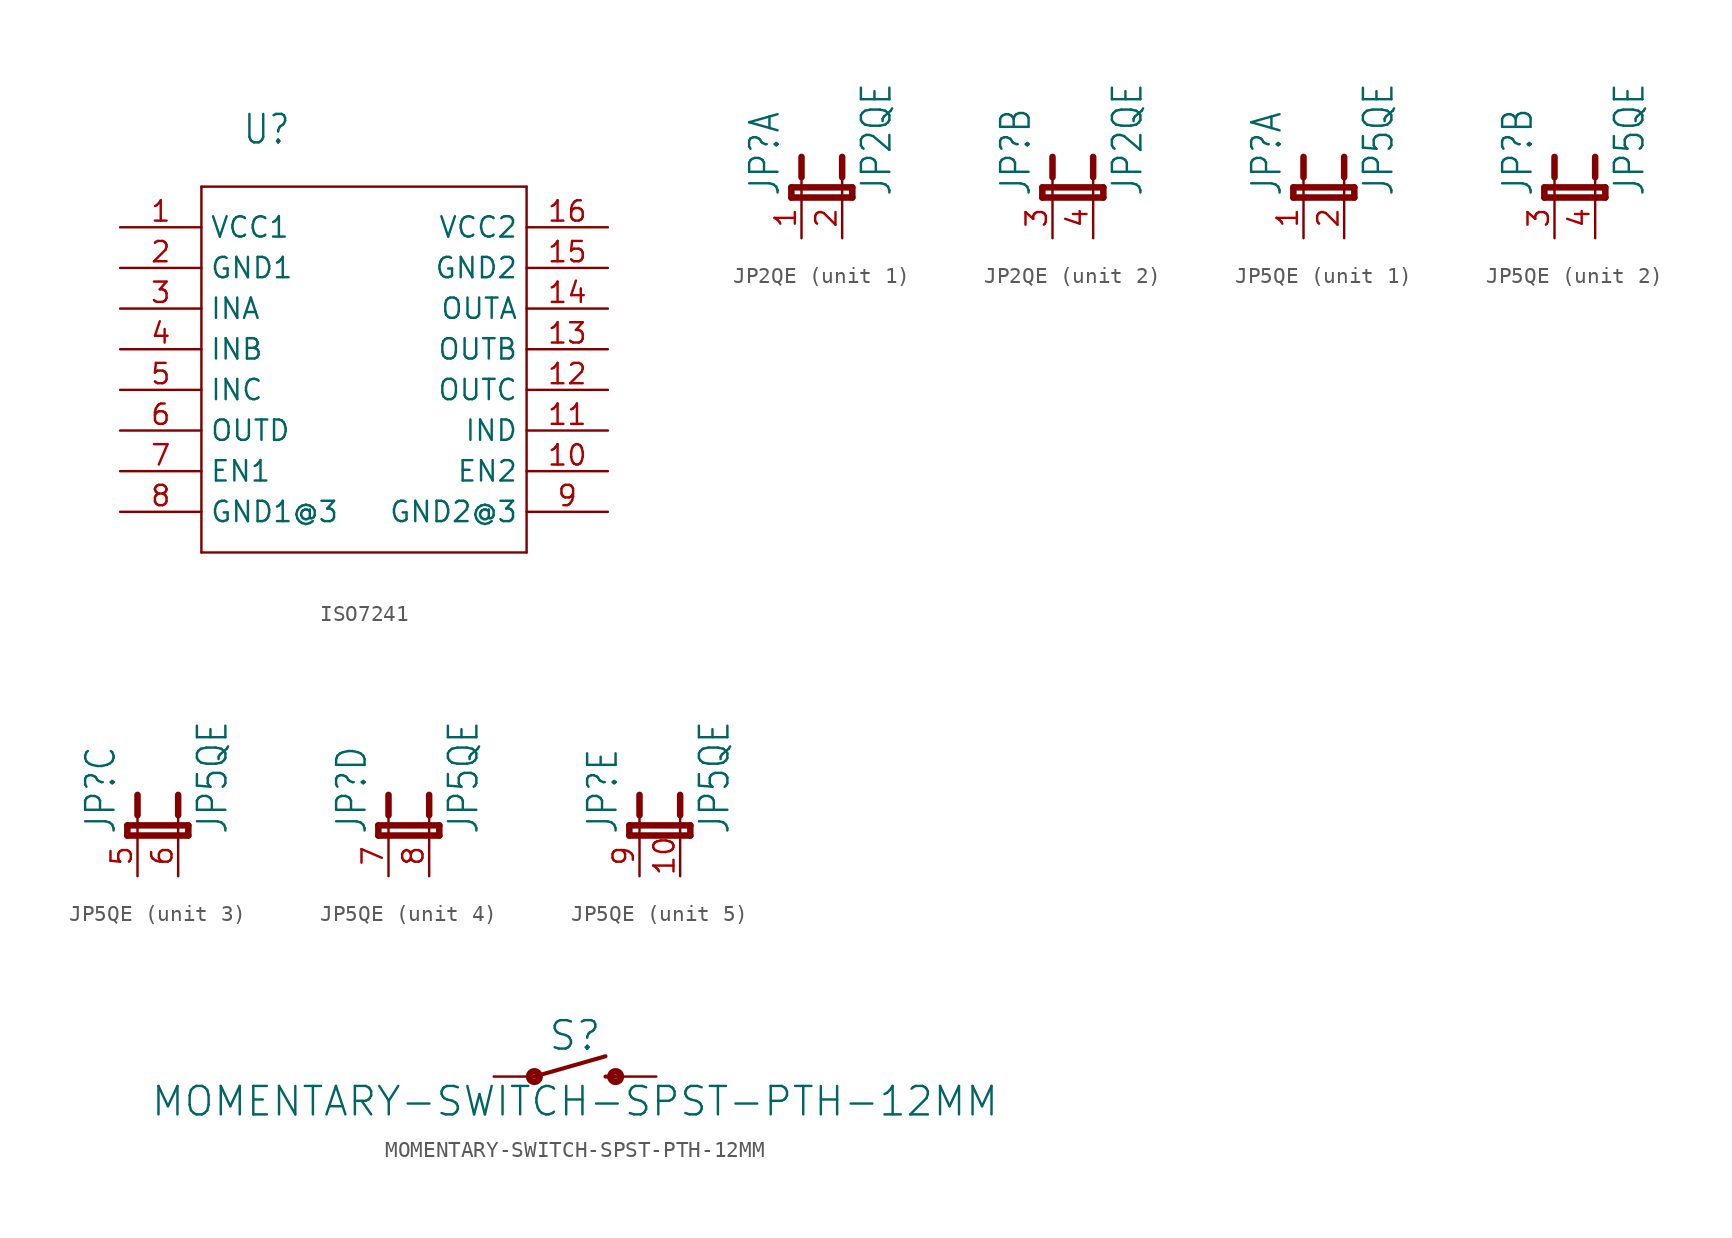
<source format=kicad_sym>
(kicad_symbol_lib
  (version 20220331)
  (generator kicad_symbol_editor)
  (symbol "ISO7241"
    (property "Reference" "U"
      (at -5.08 10.16 0)
      (effects (font (size 1.778 1.511)) (justify left bottom)))
    (property "ki_locked" ""
      (at 0 0 0)
      (effects (font (size 1.27 1.27))))
    (symbol "ISO7241_1_0"
      (polyline (pts (xy -7.62 -15.24) (xy 12.7 -15.24)) (stroke (width 0.152) (type solid)) (fill (type none)))
      (polyline (pts (xy -7.62 7.62) (xy -7.62 -15.24)) (stroke (width 0.152) (type solid)) (fill (type none)))
      (polyline (pts (xy 12.7 -15.24) (xy 12.7 7.62)) (stroke (width 0.152) (type solid)) (fill (type none)))
      (polyline (pts (xy 12.7 7.62) (xy -7.62 7.62)) (stroke (width 0.152) (type solid)) (fill (type none)))
      (pin bidirectional line (at -12.7 5.08 0) (length 5.08) (name "VCC1" (effects (font (size 1.27 1.27)))) (number "1" (effects (font (size 1.27 1.27)))))
      (pin bidirectional line (at 17.78 -10.16 180) (length 5.08) (name "EN2" (effects (font (size 1.27 1.27)))) (number "10" (effects (font (size 1.27 1.27)))))
      (pin bidirectional line (at 17.78 -7.62 180) (length 5.08) (name "IND" (effects (font (size 1.27 1.27)))) (number "11" (effects (font (size 1.27 1.27)))))
      (pin bidirectional line (at 17.78 -5.08 180) (length 5.08) (name "OUTC" (effects (font (size 1.27 1.27)))) (number "12" (effects (font (size 1.27 1.27)))))
      (pin bidirectional line (at 17.78 -2.54 180) (length 5.08) (name "OUTB" (effects (font (size 1.27 1.27)))) (number "13" (effects (font (size 1.27 1.27)))))
      (pin bidirectional line (at 17.78 0 180) (length 5.08) (name "OUTA" (effects (font (size 1.27 1.27)))) (number "14" (effects (font (size 1.27 1.27)))))
      (pin bidirectional line (at 17.78 2.54 180) (length 5.08) (name "GND2" (effects (font (size 1.27 1.27)))) (number "15" (effects (font (size 1.27 1.27)))))
      (pin bidirectional line (at 17.78 5.08 180) (length 5.08) (name "VCC2" (effects (font (size 1.27 1.27)))) (number "16" (effects (font (size 1.27 1.27)))))
      (pin bidirectional line (at -12.7 2.54 0) (length 5.08) (name "GND1" (effects (font (size 1.27 1.27)))) (number "2" (effects (font (size 1.27 1.27)))))
      (pin bidirectional line (at -12.7 0 0) (length 5.08) (name "INA" (effects (font (size 1.27 1.27)))) (number "3" (effects (font (size 1.27 1.27)))))
      (pin bidirectional line (at -12.7 -2.54 0) (length 5.08) (name "INB" (effects (font (size 1.27 1.27)))) (number "4" (effects (font (size 1.27 1.27)))))
      (pin bidirectional line (at -12.7 -5.08 0) (length 5.08) (name "INC" (effects (font (size 1.27 1.27)))) (number "5" (effects (font (size 1.27 1.27)))))
      (pin bidirectional line (at -12.7 -7.62 0) (length 5.08) (name "OUTD" (effects (font (size 1.27 1.27)))) (number "6" (effects (font (size 1.27 1.27)))))
      (pin bidirectional line (at -12.7 -10.16 0) (length 5.08) (name "EN1" (effects (font (size 1.27 1.27)))) (number "7" (effects (font (size 1.27 1.27)))))
      (pin bidirectional line (at -12.7 -12.7 0) (length 5.08) (name "GND1@3" (effects (font (size 1.27 1.27)))) (number "8" (effects (font (size 1.27 1.27)))))
      (pin bidirectional line (at 17.78 -12.7 180) (length 5.08) (name "GND2@3" (effects (font (size 1.27 1.27)))) (number "9" (effects (font (size 1.27 1.27)))))))
  (symbol "JP2QE"
    (property "Reference" "JP"
      (at -1.27 0 90)
      (effects (font (size 1.778 1.511)) (justify left bottom)))
    (property "Value" "JP2QE"
      (at 5.715 0 90)
      (effects (font (size 1.778 1.511)) (justify left bottom)))
    (property "ki_locked" ""
      (at 0 0 0)
      (effects (font (size 1.27 1.27))))
    (symbol "JP2QE_1_0"
      (polyline (pts (xy -0.635 0) (xy 3.175 0)) (stroke (width 0.406) (type solid)) (fill (type none)))
      (polyline (pts (xy -0.635 0.635) (xy -0.635 0)) (stroke (width 0.406) (type solid)) (fill (type none)))
      (polyline (pts (xy 0 0) (xy 0 1.27)) (stroke (width 0.152) (type solid)) (fill (type none)))
      (polyline (pts (xy 0 2.54) (xy 0 1.27)) (stroke (width 0.406) (type solid)) (fill (type none)))
      (polyline (pts (xy 2.54 0) (xy 2.54 1.27)) (stroke (width 0.152) (type solid)) (fill (type none)))
      (polyline (pts (xy 2.54 2.54) (xy 2.54 1.27)) (stroke (width 0.406) (type solid)) (fill (type none)))
      (polyline (pts (xy 3.175 0) (xy 3.175 0.635)) (stroke (width 0.406) (type solid)) (fill (type none)))
      (polyline (pts (xy 3.175 0.635) (xy -0.635 0.635)) (stroke (width 0.406) (type solid)) (fill (type none)))
      (pin passive line (at 0 -2.54 90) (length 2.54) (name "1" (effects (font (size 0 0)))) (number "1" (effects (font (size 1.27 1.27)))))
      (pin passive line (at 2.54 -2.54 90) (length 2.54) (name "2" (effects (font (size 0 0)))) (number "2" (effects (font (size 1.27 1.27))))))
    (symbol "JP2QE_2_0"
      (polyline (pts (xy -0.635 0) (xy 3.175 0)) (stroke (width 0.406) (type solid)) (fill (type none)))
      (polyline (pts (xy -0.635 0.635) (xy -0.635 0)) (stroke (width 0.406) (type solid)) (fill (type none)))
      (polyline (pts (xy 0 0) (xy 0 1.27)) (stroke (width 0.152) (type solid)) (fill (type none)))
      (polyline (pts (xy 0 2.54) (xy 0 1.27)) (stroke (width 0.406) (type solid)) (fill (type none)))
      (polyline (pts (xy 2.54 0) (xy 2.54 1.27)) (stroke (width 0.152) (type solid)) (fill (type none)))
      (polyline (pts (xy 2.54 2.54) (xy 2.54 1.27)) (stroke (width 0.406) (type solid)) (fill (type none)))
      (polyline (pts (xy 3.175 0) (xy 3.175 0.635)) (stroke (width 0.406) (type solid)) (fill (type none)))
      (polyline (pts (xy 3.175 0.635) (xy -0.635 0.635)) (stroke (width 0.406) (type solid)) (fill (type none)))
      (pin passive line (at 0 -2.54 90) (length 2.54) (name "1" (effects (font (size 0 0)))) (number "3" (effects (font (size 1.27 1.27)))))
      (pin passive line (at 2.54 -2.54 90) (length 2.54) (name "2" (effects (font (size 0 0)))) (number "4" (effects (font (size 1.27 1.27)))))))
  (symbol "JP5QE"
    (property "Reference" "JP"
      (at -1.27 0 90)
      (effects (font (size 1.778 1.511)) (justify left bottom)))
    (property "Value" "JP5QE"
      (at 5.715 0 90)
      (effects (font (size 1.778 1.511)) (justify left bottom)))
    (property "ki_locked" ""
      (at 0 0 0)
      (effects (font (size 1.27 1.27))))
    (symbol "JP5QE_1_0"
      (polyline (pts (xy -0.635 0) (xy 3.175 0)) (stroke (width 0.406) (type solid)) (fill (type none)))
      (polyline (pts (xy -0.635 0.635) (xy -0.635 0)) (stroke (width 0.406) (type solid)) (fill (type none)))
      (polyline (pts (xy 0 0) (xy 0 1.27)) (stroke (width 0.152) (type solid)) (fill (type none)))
      (polyline (pts (xy 0 2.54) (xy 0 1.27)) (stroke (width 0.406) (type solid)) (fill (type none)))
      (polyline (pts (xy 2.54 0) (xy 2.54 1.27)) (stroke (width 0.152) (type solid)) (fill (type none)))
      (polyline (pts (xy 2.54 2.54) (xy 2.54 1.27)) (stroke (width 0.406) (type solid)) (fill (type none)))
      (polyline (pts (xy 3.175 0) (xy 3.175 0.635)) (stroke (width 0.406) (type solid)) (fill (type none)))
      (polyline (pts (xy 3.175 0.635) (xy -0.635 0.635)) (stroke (width 0.406) (type solid)) (fill (type none)))
      (pin passive line (at 0 -2.54 90) (length 2.54) (name "1" (effects (font (size 0 0)))) (number "1" (effects (font (size 1.27 1.27)))))
      (pin passive line (at 2.54 -2.54 90) (length 2.54) (name "2" (effects (font (size 0 0)))) (number "2" (effects (font (size 1.27 1.27))))))
    (symbol "JP5QE_2_0"
      (polyline (pts (xy -0.635 0) (xy 3.175 0)) (stroke (width 0.406) (type solid)) (fill (type none)))
      (polyline (pts (xy -0.635 0.635) (xy -0.635 0)) (stroke (width 0.406) (type solid)) (fill (type none)))
      (polyline (pts (xy 0 0) (xy 0 1.27)) (stroke (width 0.152) (type solid)) (fill (type none)))
      (polyline (pts (xy 0 2.54) (xy 0 1.27)) (stroke (width 0.406) (type solid)) (fill (type none)))
      (polyline (pts (xy 2.54 0) (xy 2.54 1.27)) (stroke (width 0.152) (type solid)) (fill (type none)))
      (polyline (pts (xy 2.54 2.54) (xy 2.54 1.27)) (stroke (width 0.406) (type solid)) (fill (type none)))
      (polyline (pts (xy 3.175 0) (xy 3.175 0.635)) (stroke (width 0.406) (type solid)) (fill (type none)))
      (polyline (pts (xy 3.175 0.635) (xy -0.635 0.635)) (stroke (width 0.406) (type solid)) (fill (type none)))
      (pin passive line (at 0 -2.54 90) (length 2.54) (name "1" (effects (font (size 0 0)))) (number "3" (effects (font (size 1.27 1.27)))))
      (pin passive line (at 2.54 -2.54 90) (length 2.54) (name "2" (effects (font (size 0 0)))) (number "4" (effects (font (size 1.27 1.27))))))
    (symbol "JP5QE_3_0"
      (polyline (pts (xy -0.635 0) (xy 3.175 0)) (stroke (width 0.406) (type solid)) (fill (type none)))
      (polyline (pts (xy -0.635 0.635) (xy -0.635 0)) (stroke (width 0.406) (type solid)) (fill (type none)))
      (polyline (pts (xy 0 0) (xy 0 1.27)) (stroke (width 0.152) (type solid)) (fill (type none)))
      (polyline (pts (xy 0 2.54) (xy 0 1.27)) (stroke (width 0.406) (type solid)) (fill (type none)))
      (polyline (pts (xy 2.54 0) (xy 2.54 1.27)) (stroke (width 0.152) (type solid)) (fill (type none)))
      (polyline (pts (xy 2.54 2.54) (xy 2.54 1.27)) (stroke (width 0.406) (type solid)) (fill (type none)))
      (polyline (pts (xy 3.175 0) (xy 3.175 0.635)) (stroke (width 0.406) (type solid)) (fill (type none)))
      (polyline (pts (xy 3.175 0.635) (xy -0.635 0.635)) (stroke (width 0.406) (type solid)) (fill (type none)))
      (pin passive line (at 0 -2.54 90) (length 2.54) (name "1" (effects (font (size 0 0)))) (number "5" (effects (font (size 1.27 1.27)))))
      (pin passive line (at 2.54 -2.54 90) (length 2.54) (name "2" (effects (font (size 0 0)))) (number "6" (effects (font (size 1.27 1.27))))))
    (symbol "JP5QE_4_0"
      (polyline (pts (xy -0.635 0) (xy 3.175 0)) (stroke (width 0.406) (type solid)) (fill (type none)))
      (polyline (pts (xy -0.635 0.635) (xy -0.635 0)) (stroke (width 0.406) (type solid)) (fill (type none)))
      (polyline (pts (xy 0 0) (xy 0 1.27)) (stroke (width 0.152) (type solid)) (fill (type none)))
      (polyline (pts (xy 0 2.54) (xy 0 1.27)) (stroke (width 0.406) (type solid)) (fill (type none)))
      (polyline (pts (xy 2.54 0) (xy 2.54 1.27)) (stroke (width 0.152) (type solid)) (fill (type none)))
      (polyline (pts (xy 2.54 2.54) (xy 2.54 1.27)) (stroke (width 0.406) (type solid)) (fill (type none)))
      (polyline (pts (xy 3.175 0) (xy 3.175 0.635)) (stroke (width 0.406) (type solid)) (fill (type none)))
      (polyline (pts (xy 3.175 0.635) (xy -0.635 0.635)) (stroke (width 0.406) (type solid)) (fill (type none)))
      (pin passive line (at 0 -2.54 90) (length 2.54) (name "1" (effects (font (size 0 0)))) (number "7" (effects (font (size 1.27 1.27)))))
      (pin passive line (at 2.54 -2.54 90) (length 2.54) (name "2" (effects (font (size 0 0)))) (number "8" (effects (font (size 1.27 1.27))))))
    (symbol "JP5QE_5_0"
      (polyline (pts (xy -0.635 0) (xy 3.175 0)) (stroke (width 0.406) (type solid)) (fill (type none)))
      (polyline (pts (xy -0.635 0.635) (xy -0.635 0)) (stroke (width 0.406) (type solid)) (fill (type none)))
      (polyline (pts (xy 0 0) (xy 0 1.27)) (stroke (width 0.152) (type solid)) (fill (type none)))
      (polyline (pts (xy 0 2.54) (xy 0 1.27)) (stroke (width 0.406) (type solid)) (fill (type none)))
      (polyline (pts (xy 2.54 0) (xy 2.54 1.27)) (stroke (width 0.152) (type solid)) (fill (type none)))
      (polyline (pts (xy 2.54 2.54) (xy 2.54 1.27)) (stroke (width 0.406) (type solid)) (fill (type none)))
      (polyline (pts (xy 3.175 0) (xy 3.175 0.635)) (stroke (width 0.406) (type solid)) (fill (type none)))
      (polyline (pts (xy 3.175 0.635) (xy -0.635 0.635)) (stroke (width 0.406) (type solid)) (fill (type none)))
      (pin passive line (at 2.54 -2.54 90) (length 2.54) (name "2" (effects (font (size 0 0)))) (number "10" (effects (font (size 1.27 1.27)))))
      (pin passive line (at 0 -2.54 90) (length 2.54) (name "1" (effects (font (size 0 0)))) (number "9" (effects (font (size 1.27 1.27)))))))
  (symbol "MOMENTARY-SWITCH-SPST-PTH-12MM"
    (property "Reference" "S"
      (at 0 1.524 0)
      (effects (font (size 1.778 1.778)) (justify bottom)))
    (property "Value" "MOMENTARY-SWITCH-SPST-PTH-12MM"
      (at 0 -0.508 0)
      (effects (font (size 1.778 1.778)) (justify top)))
    (property "ki_locked" ""
      (at 0 0 0)
      (effects (font (size 1.27 1.27))))
    (symbol "MOMENTARY-SWITCH-SPST-PTH-12MM_1_0"
      (circle (center -2.54 0) (radius 0.127) (stroke (width 0.406) (type solid)) (fill (type none)))
      (polyline (pts (xy -2.54 0) (xy 1.905 1.27)) (stroke (width 0.254) (type solid)) (fill (type none)))
      (polyline (pts (xy 1.905 0) (xy 2.54 0)) (stroke (width 0.254) (type solid)) (fill (type none)))
      (circle (center 2.54 0) (radius 0.127) (stroke (width 0.406) (type solid)) (fill (type none)))
      (pin passive line (at -5.08 0 0) (length 2.54) (name "1" (effects (font (size 0 0)))) (number "1" (effects (font (size 0 0)))))
      (pin passive line (at 5.08 0 180) (length 2.54) (name "2" (effects (font (size 0 0)))) (number "3" (effects (font (size 0 0))))))))
</source>
